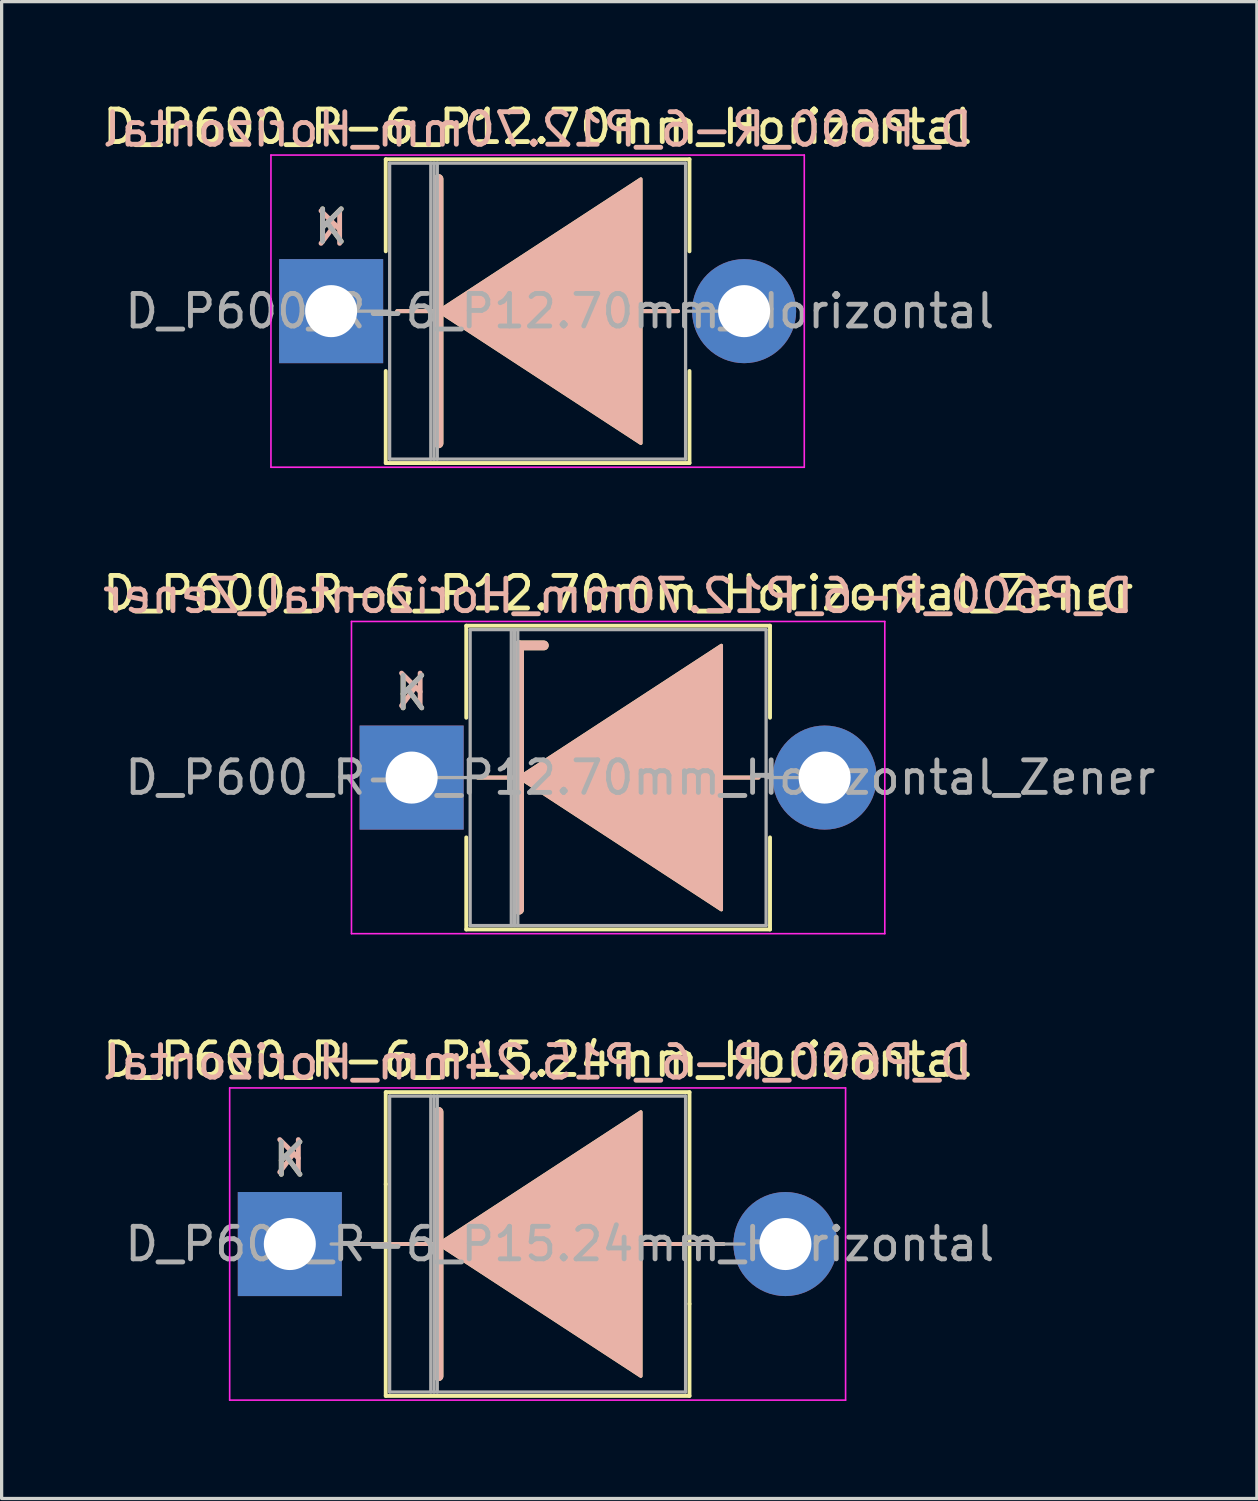
<source format=kicad_pcb>
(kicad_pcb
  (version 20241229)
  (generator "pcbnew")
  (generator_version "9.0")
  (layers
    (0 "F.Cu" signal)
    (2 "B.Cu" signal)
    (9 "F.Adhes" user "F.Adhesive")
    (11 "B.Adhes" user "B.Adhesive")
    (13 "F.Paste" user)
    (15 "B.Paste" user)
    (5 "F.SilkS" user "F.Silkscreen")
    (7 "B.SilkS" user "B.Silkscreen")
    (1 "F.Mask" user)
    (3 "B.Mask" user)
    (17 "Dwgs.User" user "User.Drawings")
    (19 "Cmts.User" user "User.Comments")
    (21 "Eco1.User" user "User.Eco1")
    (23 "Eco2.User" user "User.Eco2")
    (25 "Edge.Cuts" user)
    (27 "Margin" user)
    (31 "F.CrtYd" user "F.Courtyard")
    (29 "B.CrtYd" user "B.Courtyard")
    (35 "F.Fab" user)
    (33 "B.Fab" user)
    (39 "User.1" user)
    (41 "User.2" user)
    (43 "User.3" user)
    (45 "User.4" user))
  (footprint "D_P600_R-6_P15.24mm_Horizontal"
    (layer "F.Cu")
    (at 5.862 35.205)
    (property "Reference" "D_P600_R-6_P15.24mm_Horizontal" (at 7.62 -5.67 0) (layer "F.SilkS") (effects (font (size 1 1) (thickness 0.15))))
    (fp_line (start 2.95 -4.67) (end 12.29 -4.67) (stroke (width 0.12) (type solid)) (layer "F.SilkS"))
    (fp_line (start 2.95 -1.84) (end 2.95 -4.67) (stroke (width 0.12) (type solid)) (layer "F.SilkS"))
    (fp_line (start 2.95 -1.84) (end 2.95 4.67) (stroke (width 0.12) (type solid)) (layer "F.SilkS"))
    (fp_line (start 2.95 4.67) (end 12.29 4.67) (stroke (width 0.12) (type solid)) (layer "F.SilkS"))
    (fp_line (start 4.445 0) (end 1.905 0) (stroke (width 0.12) (type solid)) (layer "F.SilkS"))
    (fp_line (start 4.572 -4.064) (end 4.572 4.064) (stroke (width 0.3) (type solid)) (layer "F.SilkS"))
    (fp_line (start 10.668 0) (end 13.335 0) (stroke (width 0.12) (type solid)) (layer "F.SilkS"))
    (fp_line (start 12.29 -4.67) (end 12.29 1.84) (stroke (width 0.12) (type solid)) (layer "F.SilkS"))
    (fp_line (start 12.29 4.67) (end 12.29 1.84) (stroke (width 0.12) (type solid)) (layer "F.SilkS"))
    (fp_poly (pts (xy 10.795 4.064) (xy 4.572 0) (xy 10.795 -4.064)) (stroke (width 0.1) (type solid)) (fill yes) (layer "F.SilkS"))
    (fp_line (start 4.445 0) (end 1.905 0) (stroke (width 0.12) (type solid)) (layer "B.SilkS"))
    (fp_line (start 4.572 4.064) (end 4.572 -4.064) (stroke (width 0.3) (type solid)) (layer "B.SilkS"))
    (fp_line (start 10.668 0) (end 13.335 0) (stroke (width 0.12) (type solid)) (layer "B.SilkS"))
    (fp_poly (pts (xy 10.795 -4.064) (xy 4.572 0) (xy 10.795 4.064)) (stroke (width 0.1) (type solid)) (fill yes) (layer "B.SilkS"))
    (fp_line (start -1.85 -4.8) (end -1.85 4.8) (stroke (width 0.05) (type solid)) (layer "F.CrtYd"))
    (fp_line (start -1.85 4.8) (end 17.09 4.8) (stroke (width 0.05) (type solid)) (layer "F.CrtYd"))
    (fp_line (start 17.09 -4.8) (end -1.85 -4.8) (stroke (width 0.05) (type solid)) (layer "F.CrtYd"))
    (fp_line (start 17.09 4.8) (end 17.09 -4.8) (stroke (width 0.05) (type solid)) (layer "F.CrtYd"))
    (fp_line (start 1.27 0) (end 3.07 0) (stroke (width 0.1) (type solid)) (layer "F.Fab"))
    (fp_line (start 3.07 -4.55) (end 3.07 4.55) (stroke (width 0.1) (type solid)) (layer "F.Fab"))
    (fp_line (start 3.07 4.55) (end 12.17 4.55) (stroke (width 0.1) (type solid)) (layer "F.Fab"))
    (fp_line (start 4.335 -4.55) (end 4.335 4.55) (stroke (width 0.1) (type solid)) (layer "F.Fab"))
    (fp_line (start 4.435 -4.55) (end 4.435 4.55) (stroke (width 0.1) (type solid)) (layer "F.Fab"))
    (fp_line (start 4.535 -4.55) (end 4.535 4.55) (stroke (width 0.1) (type solid)) (layer "F.Fab"))
    (fp_line (start 12.17 -4.55) (end 3.07 -4.55) (stroke (width 0.1) (type solid)) (layer "F.Fab"))
    (fp_line (start 12.17 4.55) (end 12.17 -4.55) (stroke (width 0.1) (type solid)) (layer "F.Fab"))
    (fp_line (start 13.97 0) (end 12.17 0) (stroke (width 0.1) (type solid)) (layer "F.Fab"))
    (fp_text user "K" (at 0 -2.6 0) (layer "F.SilkS") (effects (font (size 1 1) (thickness 0.15))))
    (fp_text user "${REFERENCE}" (at 7.62 -5.588 0) (layer "B.SilkS") (effects (font (size 1 1) (thickness 0.15)) (justify mirror)))
    (fp_text user "K" (at 0 -2.667 0) (layer "B.SilkS") (effects (font (size 1 1) (thickness 0.15)) (justify mirror)))
    (fp_text user "K" (at 0 -2.6 0) (layer "F.Fab") (effects (font (size 1 1) (thickness 0.15))))
    (fp_text user "${REFERENCE}" (at 8.303 0 0) (layer "F.Fab") (effects (font (size 1 1) (thickness 0.15))))
    (pad "1" thru_hole rect (at 0 0) (size 3.2 3.2) (drill 1.6) (layers "*.Cu" "*.Mask"))
    (pad "2" thru_hole oval (at 15.24 0) (size 3.2 3.2) (drill 1.6) (layers "*.Cu" "*.Mask")))
  (footprint "D_P600_R-6_P12.70mm_Horizontal"
    (layer "F.Cu")
    (at 7.132 6.518)
    (property "Reference" "D_P600_R-6_P12.70mm_Horizontal" (at 6.35 -5.67 0) (layer "F.SilkS") (effects (font (size 1 1) (thickness 0.15))))
    (fp_line (start 1.68 -4.67) (end 11.02 -4.67) (stroke (width 0.12) (type solid)) (layer "F.SilkS"))
    (fp_line (start 1.68 -1.84) (end 1.68 -4.67) (stroke (width 0.12) (type solid)) (layer "F.SilkS"))
    (fp_line (start 1.68 1.84) (end 1.68 4.67) (stroke (width 0.12) (type solid)) (layer "F.SilkS"))
    (fp_line (start 1.68 4.67) (end 11.02 4.67) (stroke (width 0.12) (type solid)) (layer "F.SilkS"))
    (fp_line (start 3.175 0) (end 2.032 0) (stroke (width 0.12) (type solid)) (layer "F.SilkS"))
    (fp_line (start 3.302 -4.064) (end 3.302 4.064) (stroke (width 0.3) (type solid)) (layer "F.SilkS"))
    (fp_line (start 9.398 0) (end 10.668 0) (stroke (width 0.12) (type solid)) (layer "F.SilkS"))
    (fp_line (start 11.02 -4.67) (end 11.02 -1.84) (stroke (width 0.12) (type solid)) (layer "F.SilkS"))
    (fp_line (start 11.02 4.67) (end 11.02 1.84) (stroke (width 0.12) (type solid)) (layer "F.SilkS"))
    (fp_poly (pts (xy 9.525 4.064) (xy 3.302 0) (xy 9.525 -4.064)) (stroke (width 0.1) (type solid)) (fill yes) (layer "F.SilkS"))
    (fp_line (start 3.175 0) (end 2.032 0) (stroke (width 0.12) (type solid)) (layer "B.SilkS"))
    (fp_line (start 3.302 4.064) (end 3.302 -4.064) (stroke (width 0.3) (type solid)) (layer "B.SilkS"))
    (fp_line (start 9.398 0) (end 10.668 0) (stroke (width 0.12) (type solid)) (layer "B.SilkS"))
    (fp_poly (pts (xy 9.525 -4.064) (xy 3.302 0) (xy 9.525 4.064)) (stroke (width 0.1) (type solid)) (fill yes) (layer "B.SilkS"))
    (fp_line (start -1.85 -4.8) (end -1.85 4.8) (stroke (width 0.05) (type solid)) (layer "F.CrtYd"))
    (fp_line (start -1.85 4.8) (end 14.55 4.8) (stroke (width 0.05) (type solid)) (layer "F.CrtYd"))
    (fp_line (start 14.55 -4.8) (end -1.85 -4.8) (stroke (width 0.05) (type solid)) (layer "F.CrtYd"))
    (fp_line (start 14.55 4.8) (end 14.55 -4.8) (stroke (width 0.05) (type solid)) (layer "F.CrtYd"))
    (fp_line (start 0 0) (end 1.8 0) (stroke (width 0.1) (type solid)) (layer "F.Fab"))
    (fp_line (start 1.8 -4.55) (end 1.8 4.55) (stroke (width 0.1) (type solid)) (layer "F.Fab"))
    (fp_line (start 1.8 4.55) (end 10.9 4.55) (stroke (width 0.1) (type solid)) (layer "F.Fab"))
    (fp_line (start 3.065 -4.55) (end 3.065 4.55) (stroke (width 0.1) (type solid)) (layer "F.Fab"))
    (fp_line (start 3.165 -4.55) (end 3.165 4.55) (stroke (width 0.1) (type solid)) (layer "F.Fab"))
    (fp_line (start 3.265 -4.55) (end 3.265 4.55) (stroke (width 0.1) (type solid)) (layer "F.Fab"))
    (fp_line (start 10.9 -4.55) (end 1.8 -4.55) (stroke (width 0.1) (type solid)) (layer "F.Fab"))
    (fp_line (start 10.9 4.55) (end 10.9 -4.55) (stroke (width 0.1) (type solid)) (layer "F.Fab"))
    (fp_line (start 12.7 0) (end 10.9 0) (stroke (width 0.1) (type solid)) (layer "F.Fab"))
    (fp_text user "K" (at 0 -2.6 0) (layer "F.SilkS") (effects (font (size 1 1) (thickness 0.15))))
    (fp_text user "${REFERENCE}" (at 6.35 -5.588 0) (layer "B.SilkS") (effects (font (size 1 1) (thickness 0.15)) (justify mirror)))
    (fp_text user "K" (at 0 -2.54 0) (layer "B.SilkS") (effects (font (size 1 1) (thickness 0.15)) (justify mirror)))
    (fp_text user "${REFERENCE}" (at 7.032 0 0) (layer "F.Fab") (effects (font (size 1 1) (thickness 0.15))))
    (fp_text user "K" (at 0 -2.6 0) (layer "F.Fab") (effects (font (size 1 1) (thickness 0.15))))
    (pad "1" thru_hole rect (at 0 0) (size 3.2 3.2) (drill 1.6) (layers "*.Cu" "*.Mask"))
    (pad "2" thru_hole oval (at 12.7 0) (size 3.2 3.2) (drill 1.6) (layers "*.Cu" "*.Mask")))
  (footprint "D_P600_R-6_P12.70mm_Horizontal_Zener"
    (layer "F.Cu")
    (at 9.608 20.861)
    (property "Reference" "D_P600_R-6_P12.70mm_Horizontal_Zener" (at 6.35 -5.67 0) (layer "F.SilkS") (effects (font (size 1 1) (thickness 0.15))))
    (fp_line (start 1.68 -4.67) (end 11.02 -4.67) (stroke (width 0.12) (type solid)) (layer "F.SilkS"))
    (fp_line (start 1.68 -1.84) (end 1.68 -4.67) (stroke (width 0.12) (type solid)) (layer "F.SilkS"))
    (fp_line (start 1.68 1.84) (end 1.68 4.67) (stroke (width 0.12) (type solid)) (layer "F.SilkS"))
    (fp_line (start 1.68 4.67) (end 11.02 4.67) (stroke (width 0.12) (type solid)) (layer "F.SilkS"))
    (fp_line (start 3.175 0) (end 2.032 0) (stroke (width 0.12) (type solid)) (layer "F.SilkS"))
    (fp_line (start 3.302 -4.064) (end 3.302 4.064) (stroke (width 0.3) (type solid)) (layer "F.SilkS"))
    (fp_line (start 3.302 -4.064) (end 4.064 -4.064) (stroke (width 0.3) (type solid)) (layer "F.SilkS"))
    (fp_line (start 9.398 0) (end 10.668 0) (stroke (width 0.12) (type solid)) (layer "F.SilkS"))
    (fp_line (start 11.02 -4.67) (end 11.02 -1.84) (stroke (width 0.12) (type solid)) (layer "F.SilkS"))
    (fp_line (start 11.02 4.67) (end 11.02 1.84) (stroke (width 0.12) (type solid)) (layer "F.SilkS"))
    (fp_poly (pts (xy 9.525 4.064) (xy 3.302 0) (xy 9.525 -4.064)) (stroke (width 0.1) (type solid)) (fill yes) (layer "F.SilkS"))
    (fp_line (start 3.175 0) (end 2.032 0) (stroke (width 0.12) (type solid)) (layer "B.SilkS"))
    (fp_line (start 3.302 -4.064) (end 4.064 -4.064) (stroke (width 0.3) (type solid)) (layer "B.SilkS"))
    (fp_line (start 3.302 4.064) (end 3.302 -4.064) (stroke (width 0.3) (type solid)) (layer "B.SilkS"))
    (fp_line (start 9.398 0) (end 10.668 0) (stroke (width 0.12) (type solid)) (layer "B.SilkS"))
    (fp_poly (pts (xy 9.525 -4.064) (xy 3.302 0) (xy 9.525 4.064)) (stroke (width 0.1) (type solid)) (fill yes) (layer "B.SilkS"))
    (fp_line (start -1.85 -4.8) (end -1.85 4.8) (stroke (width 0.05) (type solid)) (layer "F.CrtYd"))
    (fp_line (start -1.85 4.8) (end 14.55 4.8) (stroke (width 0.05) (type solid)) (layer "F.CrtYd"))
    (fp_line (start 14.55 -4.8) (end -1.85 -4.8) (stroke (width 0.05) (type solid)) (layer "F.CrtYd"))
    (fp_line (start 14.55 4.8) (end 14.55 -4.8) (stroke (width 0.05) (type solid)) (layer "F.CrtYd"))
    (fp_line (start 0 0) (end 1.8 0) (stroke (width 0.1) (type solid)) (layer "F.Fab"))
    (fp_line (start 1.8 -4.55) (end 1.8 4.55) (stroke (width 0.1) (type solid)) (layer "F.Fab"))
    (fp_line (start 1.8 4.55) (end 10.9 4.55) (stroke (width 0.1) (type solid)) (layer "F.Fab"))
    (fp_line (start 3.065 -4.55) (end 3.065 4.55) (stroke (width 0.1) (type solid)) (layer "F.Fab"))
    (fp_line (start 3.165 -4.55) (end 3.165 4.55) (stroke (width 0.1) (type solid)) (layer "F.Fab"))
    (fp_line (start 3.265 -4.55) (end 3.265 4.55) (stroke (width 0.1) (type solid)) (layer "F.Fab"))
    (fp_line (start 10.9 -4.55) (end 1.8 -4.55) (stroke (width 0.1) (type solid)) (layer "F.Fab"))
    (fp_line (start 10.9 4.55) (end 10.9 -4.55) (stroke (width 0.1) (type solid)) (layer "F.Fab"))
    (fp_line (start 12.7 0) (end 10.9 0) (stroke (width 0.1) (type solid)) (layer "F.Fab"))
    (fp_text user "K" (at 0 -2.6 0) (layer "F.SilkS") (effects (font (size 1 1) (thickness 0.15))))
    (fp_text user "K" (at 0 -2.667 0) (layer "B.SilkS") (effects (font (size 1 1) (thickness 0.15)) (justify mirror)))
    (fp_text user "${REFERENCE}" (at 6.35 -5.588 0) (layer "B.SilkS") (effects (font (size 1 1) (thickness 0.15)) (justify mirror)))
    (fp_text user "${REFERENCE}" (at 7.032 0 0) (layer "F.Fab") (effects (font (size 1 1) (thickness 0.15))))
    (fp_text user "K" (at 0 -2.6 0) (layer "F.Fab") (effects (font (size 1 1) (thickness 0.15))))
    (pad "1" thru_hole rect (at 0 0) (size 3.2 3.2) (drill 1.6) (layers "*.Cu" "*.Mask"))
    (pad "2" thru_hole oval (at 12.7 0) (size 3.2 3.2) (drill 1.6) (layers "*.Cu" "*.Mask")))
  (gr_rect
    (start -3 -3)
    (end 35.599 43.03)
    (stroke (width 0.1) (type default))
    (fill no)
    (layer "Edge.Cuts")))
</source>
